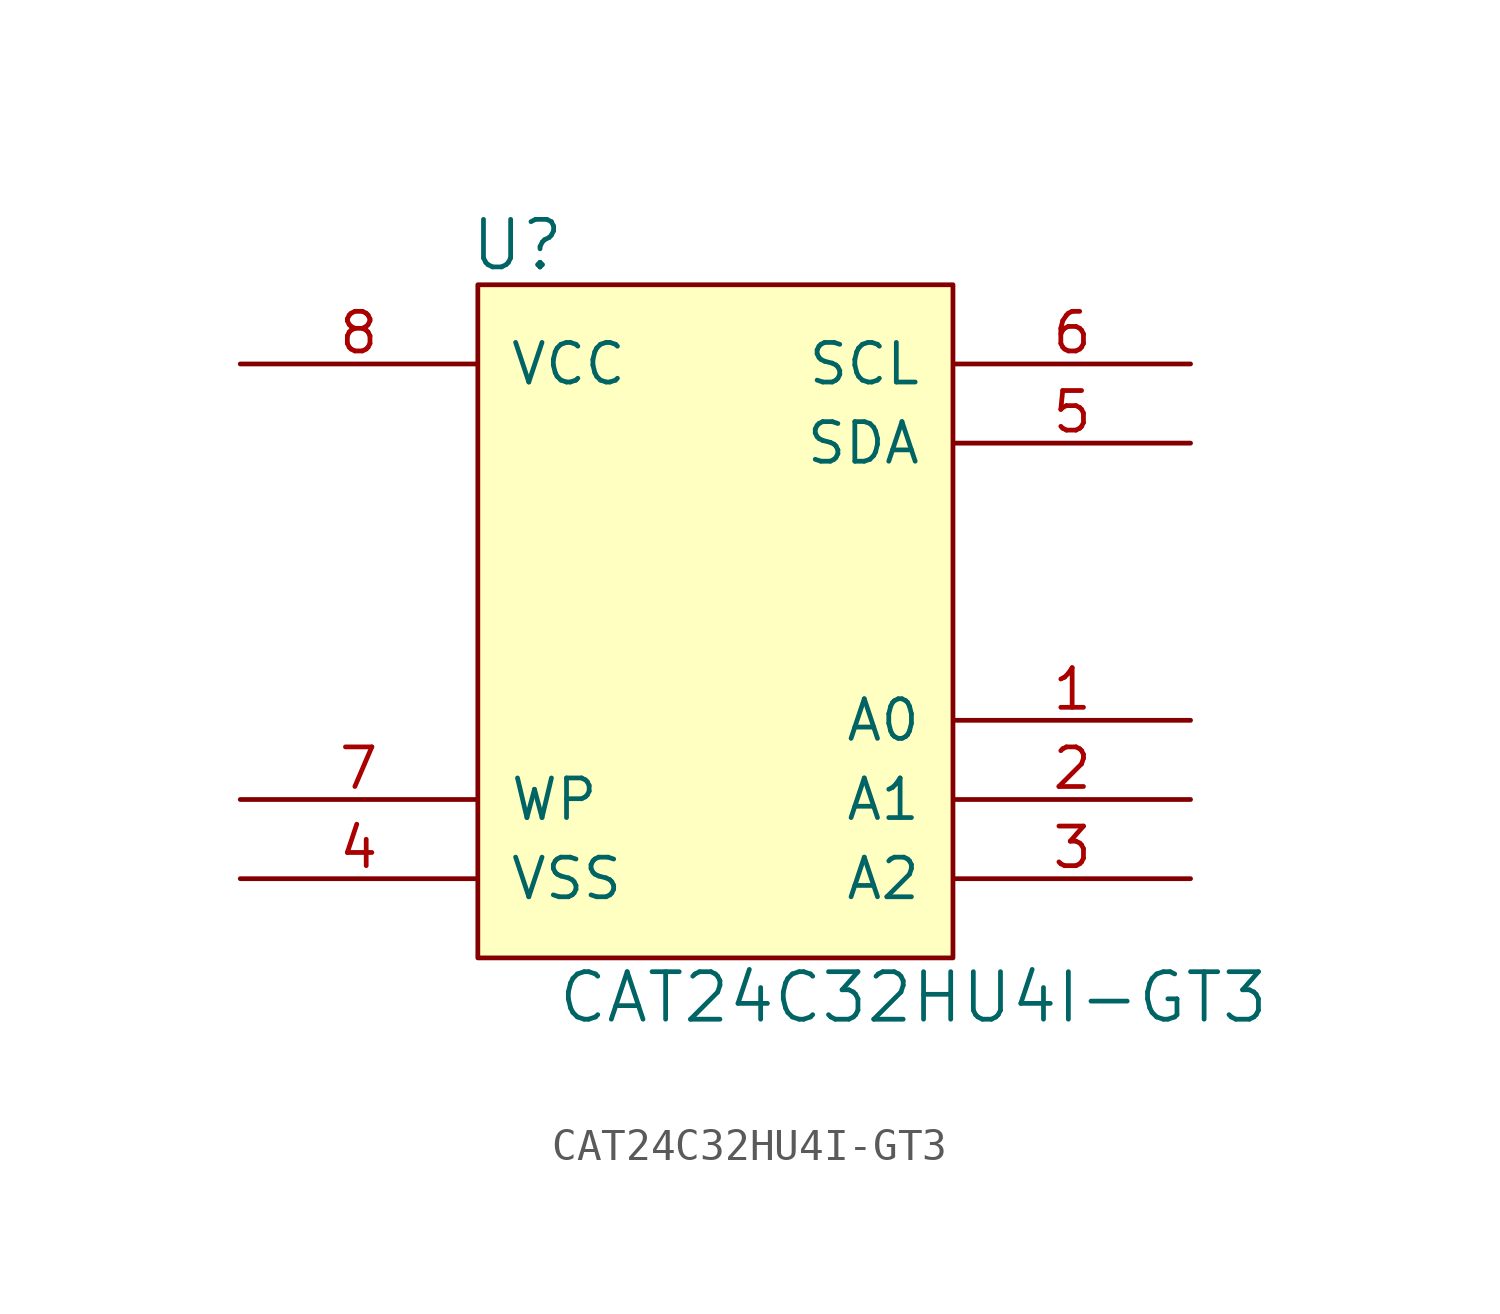
<source format=kicad_sym>
(kicad_symbol_lib
  (version 20211014)
  (generator kicad_symbol_editor)
  (symbol "CAT24C32HU4I-GT3"
    (pin_names
      (offset 1.016))
    (property "Reference" "U"
      (at -2.54 3.81 0)
      (effects (font (size 1.524 1.524))))
    (property "Value" "CAT24C32HU4I-GT3"
      (at 10.16 -20.32 0)
      (effects (font (size 1.524 1.524))))
    (property "Footprint" ""
      (at 0 0 0)
      (effects (font (size 1.524 1.524))))
    (property "Datasheet" ""
      (at 0 0 0)
      (effects (font (size 1.524 1.524))))
    (symbol "CAT24C32HU4I-GT3_0_1"
      (rectangle (start -3.81 2.54) (end 11.43 -19.05) (stroke (width 0) (type default) (color 0 0 0 0)) (fill (type background))))
    (symbol "CAT24C32HU4I-GT3_1_1"
      (pin input line (at 19.05 -11.43 180) (length 7.595) (name "A0" (effects (font (size 1.27 1.27)))) (number "1" (effects (font (size 1.27 1.27)))))
      (pin input line (at 19.05 -13.97 180) (length 7.595) (name "A1" (effects (font (size 1.27 1.27)))) (number "2" (effects (font (size 1.27 1.27)))))
      (pin input line (at 19.05 -16.51 180) (length 7.595) (name "A2" (effects (font (size 1.27 1.27)))) (number "3" (effects (font (size 1.27 1.27)))))
      (pin input line (at -11.43 -16.51 0) (length 7.595) (name "VSS" (effects (font (size 1.27 1.27)))) (number "4" (effects (font (size 1.27 1.27)))))
      (pin input line (at 19.05 -2.54 180) (length 7.595) (name "SDA" (effects (font (size 1.27 1.27)))) (number "5" (effects (font (size 1.27 1.27)))))
      (pin input line (at 19.05 0 180) (length 7.595) (name "SCL" (effects (font (size 1.27 1.27)))) (number "6" (effects (font (size 1.27 1.27)))))
      (pin input line (at -11.43 -13.97 0) (length 7.595) (name "WP" (effects (font (size 1.27 1.27)))) (number "7" (effects (font (size 1.27 1.27)))))
      (pin input line (at -11.43 0 0) (length 7.595) (name "VCC" (effects (font (size 1.27 1.27)))) (number "8" (effects (font (size 1.27 1.27))))))))
</source>
